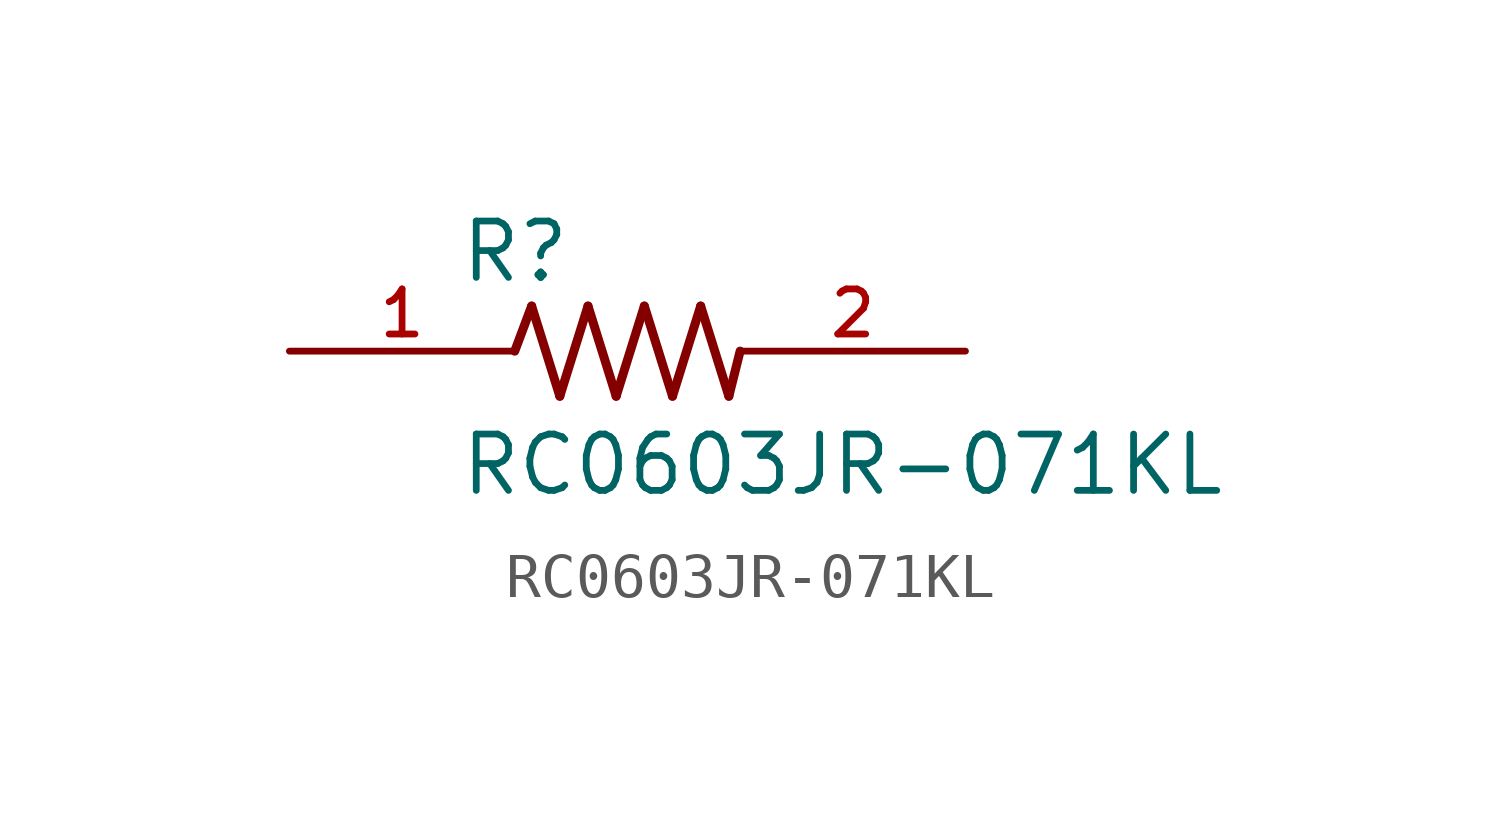
<source format=kicad_sym>
(kicad_symbol_lib
  (version 20211014)
  (generator kicad_symbol_editor)
  (symbol "RC0603JR-071KL"
    (pin_names
      (offset 1.016))
    (property "Reference" "R"
      (at -3.81 1.499 0)
      (effects (font (size 1.27 1.27)) (justify bottom left)))
    (property "Value" "RC0603JR-071KL"
      (at -3.81 -3.302 0)
      (effects (font (size 1.27 1.27)) (justify bottom left)))
    (symbol "RC0603JR-071KL_0_0"
      (polyline (pts (xy -2.54 0.0) (xy -2.159 1.016)) (stroke (width 0.203)))
      (polyline (pts (xy -2.159 1.016) (xy -1.524 -1.016)) (stroke (width 0.203)))
      (polyline (pts (xy -1.524 -1.016) (xy -0.889 1.016)) (stroke (width 0.203)))
      (polyline (pts (xy -0.889 1.016) (xy -0.254 -1.016)) (stroke (width 0.203)))
      (polyline (pts (xy -0.254 -1.016) (xy 0.381 1.016)) (stroke (width 0.203)))
      (polyline (pts (xy 0.381 1.016) (xy 1.016 -1.016)) (stroke (width 0.203)))
      (polyline (pts (xy 1.016 -1.016) (xy 1.651 1.016)) (stroke (width 0.203)))
      (polyline (pts (xy 1.651 1.016) (xy 2.286 -1.016)) (stroke (width 0.203)))
      (polyline (pts (xy 2.286 -1.016) (xy 2.54 0.0)) (stroke (width 0.203)))
      (pin passive line (at 7.62 0.0 180.0) (length 5.08) (name "~" (effects (font (size 1.016 1.016)))) (number "2" (effects (font (size 1.016 1.016)))))
      (pin passive line (at -7.62 0.0 0) (length 5.08) (name "~" (effects (font (size 1.016 1.016)))) (number "1" (effects (font (size 1.016 1.016))))))))
</source>
